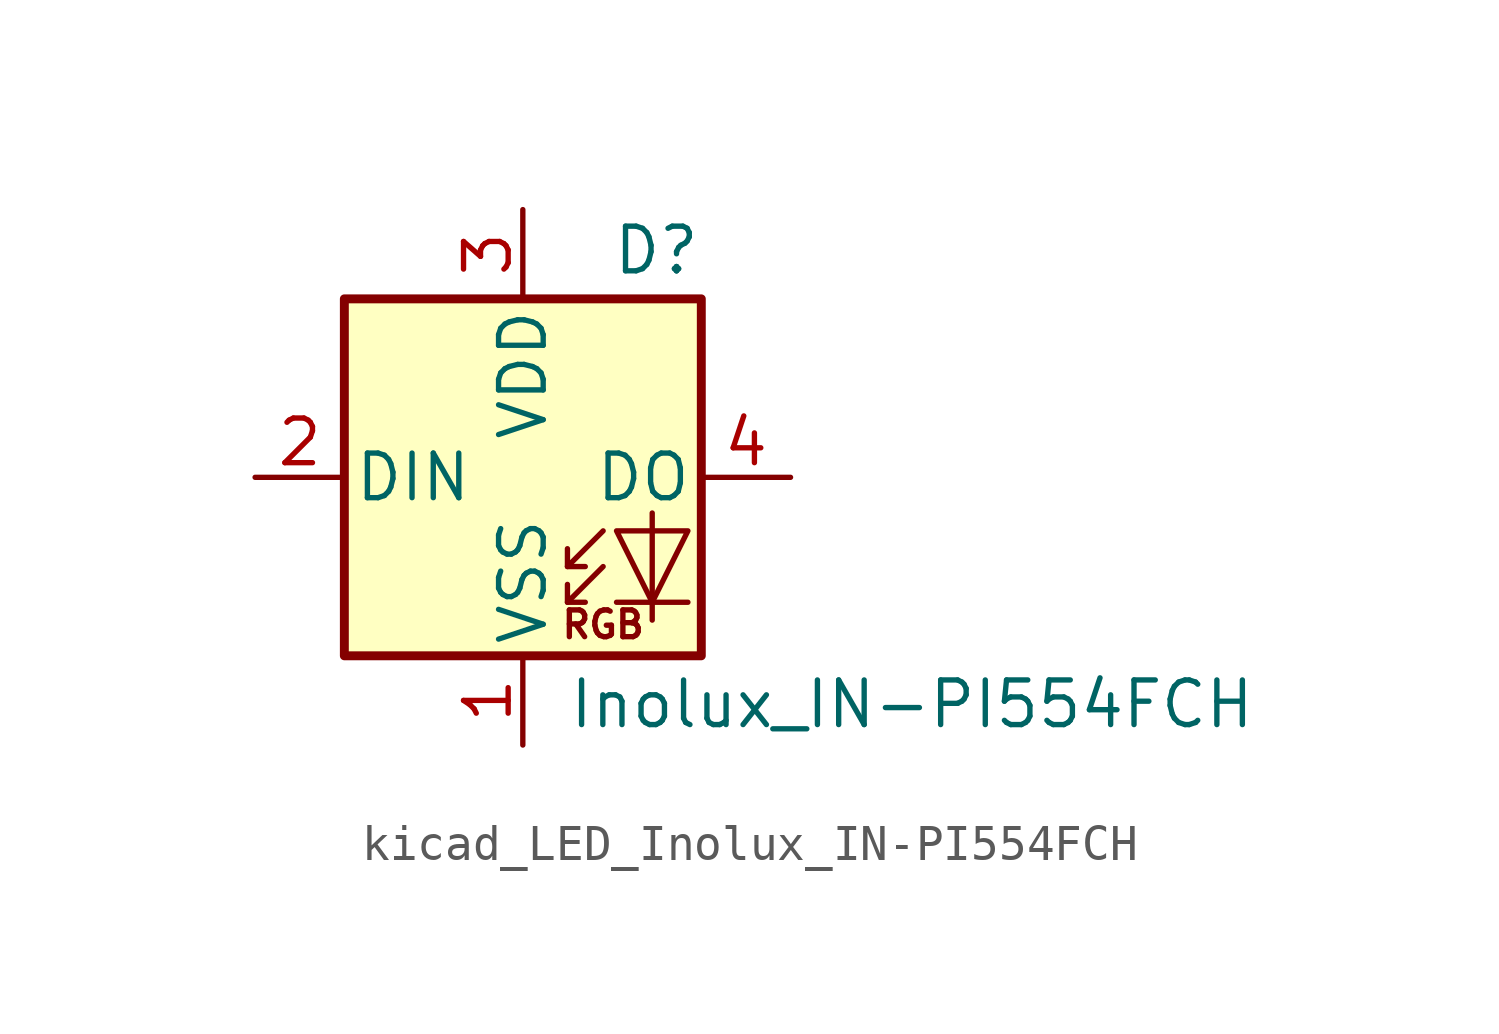
<source format=kicad_sym>
(kicad_symbol_lib
  (version 20220914)
  (generator kicad_symbol_editor)
  (symbol "kicad_LED_Inolux_IN-PI554FCH"
    (pin_names
      (offset 0.254))
    (property "Reference" "D"
      (at 5.08 5.715 0)
      (effects (font (size 1.27 1.27)) (justify right bottom)))
    (property "Value" "Inolux_IN-PI554FCH"
      (at 1.27 -5.715 0)
      (effects (font (size 1.27 1.27)) (justify left top)))
    (symbol "kicad_LED_Inolux_IN-PI554FCH_0_0"
      (text "RGB" (at 2.286 -4.191 0) (effects (font (size 0.762 0.762)))))
    (symbol "kicad_LED_Inolux_IN-PI554FCH_0_1"
      (polyline (pts (xy 1.27 -3.556) (xy 1.778 -3.556)) (stroke (width 0) (type default)) (fill (type none)))
      (polyline (pts (xy 1.27 -2.54) (xy 1.778 -2.54)) (stroke (width 0) (type default)) (fill (type none)))
      (polyline (pts (xy 4.699 -3.556) (xy 2.667 -3.556)) (stroke (width 0) (type default)) (fill (type none)))
      (polyline (pts (xy 2.286 -2.54) (xy 1.27 -3.556) (xy 1.27 -3.048)) (stroke (width 0) (type default)) (fill (type none)))
      (polyline (pts (xy 2.286 -1.524) (xy 1.27 -2.54) (xy 1.27 -2.032)) (stroke (width 0) (type default)) (fill (type none)))
      (polyline (pts (xy 3.683 -1.016) (xy 3.683 -3.556) (xy 3.683 -4.064)) (stroke (width 0) (type default)) (fill (type none)))
      (polyline (pts (xy 4.699 -1.524) (xy 2.667 -1.524) (xy 3.683 -3.556) (xy 4.699 -1.524)) (stroke (width 0) (type default)) (fill (type none)))
      (rectangle (start 5.08 5.08) (end -5.08 -5.08) (stroke (width 0.254) (type default)) (fill (type background))))
    (symbol "kicad_LED_Inolux_IN-PI554FCH_1_1"
      (pin power_in line (at 0 -7.62 90) (length 2.54) (name "VSS" (effects (font (size 1.27 1.27)))) (number "1" (effects (font (size 1.27 1.27)))))
      (pin input line (at -7.62 0 0) (length 2.54) (name "DIN" (effects (font (size 1.27 1.27)))) (number "2" (effects (font (size 1.27 1.27)))))
      (pin power_in line (at 0 7.62 270) (length 2.54) (name "VDD" (effects (font (size 1.27 1.27)))) (number "3" (effects (font (size 1.27 1.27)))))
      (pin output line (at 7.62 0 180) (length 2.54) (name "DO" (effects (font (size 1.27 1.27)))) (number "4" (effects (font (size 1.27 1.27))))))))
</source>
